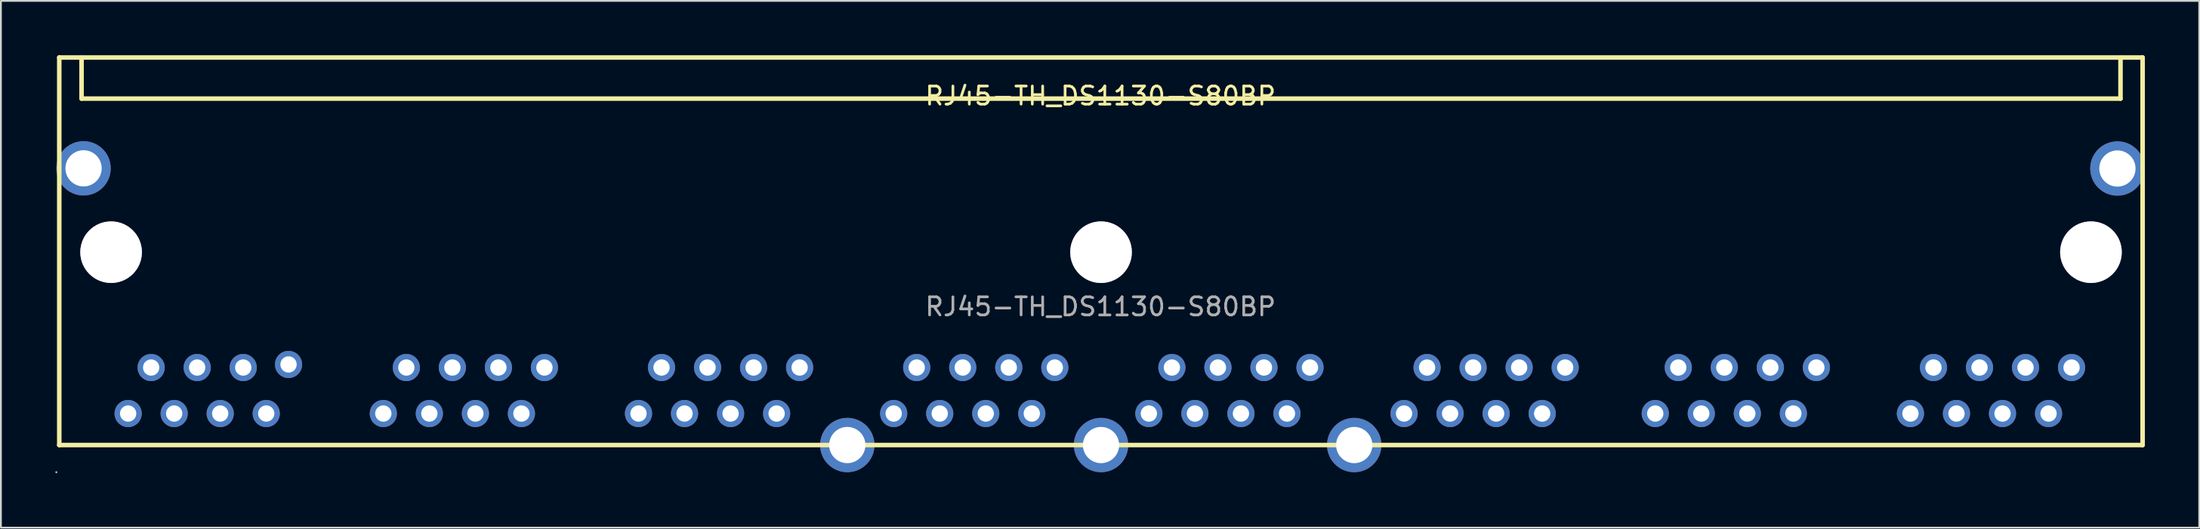
<source format=kicad_pcb>
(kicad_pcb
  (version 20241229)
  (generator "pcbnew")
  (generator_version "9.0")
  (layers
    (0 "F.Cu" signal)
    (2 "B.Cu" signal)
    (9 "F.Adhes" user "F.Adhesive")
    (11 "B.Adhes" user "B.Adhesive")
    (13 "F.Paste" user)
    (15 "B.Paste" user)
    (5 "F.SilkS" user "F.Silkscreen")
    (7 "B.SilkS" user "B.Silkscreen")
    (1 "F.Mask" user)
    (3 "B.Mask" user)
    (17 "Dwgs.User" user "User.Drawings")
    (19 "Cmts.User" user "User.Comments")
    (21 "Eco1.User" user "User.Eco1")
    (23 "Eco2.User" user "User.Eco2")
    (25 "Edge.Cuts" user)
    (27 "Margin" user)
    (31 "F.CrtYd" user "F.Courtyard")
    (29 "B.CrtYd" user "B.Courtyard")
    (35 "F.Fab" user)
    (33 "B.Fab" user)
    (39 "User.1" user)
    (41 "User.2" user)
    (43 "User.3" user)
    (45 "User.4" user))
  (footprint "RJ45-TH_DS1130-S80BP"
    (layer "F.Cu")
    (at 57.67 13.885)
    (property "Reference" "RJ45-TH_DS1130-S80BP" (at 0 -11.64 0) (layer "F.SilkS") (effects (font (size 1 1) (thickness 0.15))))
    (attr through_hole)
    (fp_line (start -57.45 -13.76) (end -57.45 7.64) (stroke (width 0.25) (type solid)) (layer "F.SilkS"))
    (fp_line (start -57.45 -13.76) (end 57.5 -13.76) (stroke (width 0.25) (type solid)) (layer "F.SilkS"))
    (fp_line (start -56.22 -13.74) (end -56.22 -11.49) (stroke (width 0.25) (type solid)) (layer "F.SilkS"))
    (fp_line (start -56.22 -11.49) (end 56.28 -11.49) (stroke (width 0.25) (type solid)) (layer "F.SilkS"))
    (fp_line (start 56.28 -13.74) (end 56.28 -11.49) (stroke (width 0.25) (type solid)) (layer "F.SilkS"))
    (fp_line (start 57.5 7.64) (end -57.45 7.64) (stroke (width 0.25) (type solid)) (layer "F.SilkS"))
    (fp_line (start 57.5 7.64) (end 57.5 -13.76) (stroke (width 0.25) (type solid)) (layer "F.SilkS"))
    (fp_circle (center -57.61 9.14) (end -57.58 9.14) (stroke (width 0.06) (type solid)) (fill no) (layer "F.Fab"))
    (fp_circle (center -56.11 -7.64) (end -55.66 -7.64) (stroke (width 0.9) (type solid)) (fill no) (layer "F.Fab"))
    (fp_circle (center -54.59 -3.01) (end -53.79 -3.01) (stroke (width 1.6) (type solid)) (fill no) (layer "F.Fab"))
    (fp_circle (center -53.65 5.9) (end -53.47 5.9) (stroke (width 0.35) (type solid)) (fill no) (layer "F.Fab"))
    (fp_circle (center -52.38 3.36) (end -52.2 3.36) (stroke (width 0.35) (type solid)) (fill no) (layer "F.Fab"))
    (fp_circle (center -51.11 5.9) (end -50.93 5.9) (stroke (width 0.35) (type solid)) (fill no) (layer "F.Fab"))
    (fp_circle (center -49.84 3.36) (end -49.66 3.36) (stroke (width 0.35) (type solid)) (fill no) (layer "F.Fab"))
    (fp_circle (center -48.57 5.9) (end -48.39 5.9) (stroke (width 0.35) (type solid)) (fill no) (layer "F.Fab"))
    (fp_circle (center -47.3 3.36) (end -47.12 3.36) (stroke (width 0.35) (type solid)) (fill no) (layer "F.Fab"))
    (fp_circle (center -46.03 5.9) (end -45.85 5.9) (stroke (width 0.35) (type solid)) (fill no) (layer "F.Fab"))
    (fp_circle (center -44.8 3.19) (end -44.62 3.19) (stroke (width 0.35) (type solid)) (fill no) (layer "F.Fab"))
    (fp_circle (center -39.57 5.9) (end -39.39 5.9) (stroke (width 0.35) (type solid)) (fill no) (layer "F.Fab"))
    (fp_circle (center -38.3 3.36) (end -38.12 3.36) (stroke (width 0.35) (type solid)) (fill no) (layer "F.Fab"))
    (fp_circle (center -37.03 5.9) (end -36.85 5.9) (stroke (width 0.35) (type solid)) (fill no) (layer "F.Fab"))
    (fp_circle (center -35.76 3.36) (end -35.58 3.36) (stroke (width 0.35) (type solid)) (fill no) (layer "F.Fab"))
    (fp_circle (center -34.49 5.9) (end -34.31 5.9) (stroke (width 0.35) (type solid)) (fill no) (layer "F.Fab"))
    (fp_circle (center -33.22 3.36) (end -33.04 3.36) (stroke (width 0.35) (type solid)) (fill no) (layer "F.Fab"))
    (fp_circle (center -31.95 5.9) (end -31.77 5.9) (stroke (width 0.35) (type solid)) (fill no) (layer "F.Fab"))
    (fp_circle (center -30.68 3.36) (end -30.5 3.36) (stroke (width 0.35) (type solid)) (fill no) (layer "F.Fab"))
    (fp_circle (center -25.49 5.9) (end -25.31 5.9) (stroke (width 0.35) (type solid)) (fill no) (layer "F.Fab"))
    (fp_circle (center -24.22 3.36) (end -24.04 3.36) (stroke (width 0.35) (type solid)) (fill no) (layer "F.Fab"))
    (fp_circle (center -22.95 5.9) (end -22.77 5.9) (stroke (width 0.35) (type solid)) (fill no) (layer "F.Fab"))
    (fp_circle (center -21.68 3.36) (end -21.5 3.36) (stroke (width 0.35) (type solid)) (fill no) (layer "F.Fab"))
    (fp_circle (center -20.41 5.9) (end -20.23 5.9) (stroke (width 0.35) (type solid)) (fill no) (layer "F.Fab"))
    (fp_circle (center -19.14 3.36) (end -18.96 3.36) (stroke (width 0.35) (type solid)) (fill no) (layer "F.Fab"))
    (fp_circle (center -17.87 5.9) (end -17.69 5.9) (stroke (width 0.35) (type solid)) (fill no) (layer "F.Fab"))
    (fp_circle (center -16.6 3.36) (end -16.42 3.36) (stroke (width 0.35) (type solid)) (fill no) (layer "F.Fab"))
    (fp_circle (center -13.97 7.64) (end -13.52 7.64) (stroke (width 0.9) (type solid)) (fill no) (layer "F.Fab"))
    (fp_circle (center -11.41 5.9) (end -11.23 5.9) (stroke (width 0.35) (type solid)) (fill no) (layer "F.Fab"))
    (fp_circle (center -10.14 3.36) (end -9.96 3.36) (stroke (width 0.35) (type solid)) (fill no) (layer "F.Fab"))
    (fp_circle (center -8.87 5.9) (end -8.69 5.9) (stroke (width 0.35) (type solid)) (fill no) (layer "F.Fab"))
    (fp_circle (center -7.6 3.36) (end -7.42 3.36) (stroke (width 0.35) (type solid)) (fill no) (layer "F.Fab"))
    (fp_circle (center -6.33 5.9) (end -6.15 5.9) (stroke (width 0.35) (type solid)) (fill no) (layer "F.Fab"))
    (fp_circle (center -5.06 3.36) (end -4.88 3.36) (stroke (width 0.35) (type solid)) (fill no) (layer "F.Fab"))
    (fp_circle (center -3.79 5.9) (end -3.61 5.9) (stroke (width 0.35) (type solid)) (fill no) (layer "F.Fab"))
    (fp_circle (center -2.52 3.36) (end -2.34 3.36) (stroke (width 0.35) (type solid)) (fill no) (layer "F.Fab"))
    (fp_circle (center 0.03 -3.01) (end 0.83 -3.01) (stroke (width 1.6) (type solid)) (fill no) (layer "F.Fab"))
    (fp_circle (center 0.03 7.64) (end 0.48 7.64) (stroke (width 0.9) (type solid)) (fill no) (layer "F.Fab"))
    (fp_circle (center 2.67 5.9) (end 2.85 5.9) (stroke (width 0.35) (type solid)) (fill no) (layer "F.Fab"))
    (fp_circle (center 3.94 3.36) (end 4.12 3.36) (stroke (width 0.35) (type solid)) (fill no) (layer "F.Fab"))
    (fp_circle (center 5.21 5.9) (end 5.39 5.9) (stroke (width 0.35) (type solid)) (fill no) (layer "F.Fab"))
    (fp_circle (center 6.48 3.36) (end 6.66 3.36) (stroke (width 0.35) (type solid)) (fill no) (layer "F.Fab"))
    (fp_circle (center 7.75 5.9) (end 7.93 5.9) (stroke (width 0.35) (type solid)) (fill no) (layer "F.Fab"))
    (fp_circle (center 9.02 3.36) (end 9.2 3.36) (stroke (width 0.35) (type solid)) (fill no) (layer "F.Fab"))
    (fp_circle (center 10.29 5.9) (end 10.47 5.9) (stroke (width 0.35) (type solid)) (fill no) (layer "F.Fab"))
    (fp_circle (center 11.56 3.36) (end 11.74 3.36) (stroke (width 0.35) (type solid)) (fill no) (layer "F.Fab"))
    (fp_circle (center 14 7.64) (end 14.45 7.64) (stroke (width 0.9) (type solid)) (fill no) (layer "F.Fab"))
    (fp_circle (center 16.75 5.9) (end 16.93 5.9) (stroke (width 0.35) (type solid)) (fill no) (layer "F.Fab"))
    (fp_circle (center 18.02 3.36) (end 18.2 3.36) (stroke (width 0.35) (type solid)) (fill no) (layer "F.Fab"))
    (fp_circle (center 19.29 5.9) (end 19.47 5.9) (stroke (width 0.35) (type solid)) (fill no) (layer "F.Fab"))
    (fp_circle (center 20.56 3.36) (end 20.74 3.36) (stroke (width 0.35) (type solid)) (fill no) (layer "F.Fab"))
    (fp_circle (center 21.83 5.9) (end 22.01 5.9) (stroke (width 0.35) (type solid)) (fill no) (layer "F.Fab"))
    (fp_circle (center 23.1 3.36) (end 23.28 3.36) (stroke (width 0.35) (type solid)) (fill no) (layer "F.Fab"))
    (fp_circle (center 24.37 5.9) (end 24.55 5.9) (stroke (width 0.35) (type solid)) (fill no) (layer "F.Fab"))
    (fp_circle (center 25.64 3.36) (end 25.82 3.36) (stroke (width 0.35) (type solid)) (fill no) (layer "F.Fab"))
    (fp_circle (center 30.61 5.9) (end 30.79 5.9) (stroke (width 0.35) (type solid)) (fill no) (layer "F.Fab"))
    (fp_circle (center 31.88 3.36) (end 32.06 3.36) (stroke (width 0.35) (type solid)) (fill no) (layer "F.Fab"))
    (fp_circle (center 33.15 5.9) (end 33.33 5.9) (stroke (width 0.35) (type solid)) (fill no) (layer "F.Fab"))
    (fp_circle (center 34.42 3.36) (end 34.6 3.36) (stroke (width 0.35) (type solid)) (fill no) (layer "F.Fab"))
    (fp_circle (center 35.69 5.9) (end 35.87 5.9) (stroke (width 0.35) (type solid)) (fill no) (layer "F.Fab"))
    (fp_circle (center 36.96 3.36) (end 37.14 3.36) (stroke (width 0.35) (type solid)) (fill no) (layer "F.Fab"))
    (fp_circle (center 38.23 5.9) (end 38.41 5.9) (stroke (width 0.35) (type solid)) (fill no) (layer "F.Fab"))
    (fp_circle (center 39.5 3.36) (end 39.68 3.36) (stroke (width 0.35) (type solid)) (fill no) (layer "F.Fab"))
    (fp_circle (center 44.69 5.9) (end 44.87 5.9) (stroke (width 0.35) (type solid)) (fill no) (layer "F.Fab"))
    (fp_circle (center 45.96 3.36) (end 46.14 3.36) (stroke (width 0.35) (type solid)) (fill no) (layer "F.Fab"))
    (fp_circle (center 47.23 5.9) (end 47.41 5.9) (stroke (width 0.35) (type solid)) (fill no) (layer "F.Fab"))
    (fp_circle (center 48.5 3.36) (end 48.68 3.36) (stroke (width 0.35) (type solid)) (fill no) (layer "F.Fab"))
    (fp_circle (center 49.77 5.9) (end 49.95 5.9) (stroke (width 0.35) (type solid)) (fill no) (layer "F.Fab"))
    (fp_circle (center 51.04 3.36) (end 51.22 3.36) (stroke (width 0.35) (type solid)) (fill no) (layer "F.Fab"))
    (fp_circle (center 52.31 5.9) (end 52.49 5.9) (stroke (width 0.35) (type solid)) (fill no) (layer "F.Fab"))
    (fp_circle (center 53.58 3.36) (end 53.76 3.36) (stroke (width 0.35) (type solid)) (fill no) (layer "F.Fab"))
    (fp_circle (center 54.65 -3.01) (end 55.45 -3.01) (stroke (width 1.6) (type solid)) (fill no) (layer "F.Fab"))
    (fp_circle (center 56.11 -7.63) (end 56.56 -7.63) (stroke (width 0.9) (type solid)) (fill no) (layer "F.Fab"))
    (fp_text user "${REFERENCE}" (at 0 0 0) (layer "F.Fab") (effects (font (size 1 1) (thickness 0.15))))
    (pad "" thru_hole circle (at -54.59 -3.01) (size 3.4 3.4) (drill 3.4) (layers "*.Cu" "*.Mask"))
    (pad "" thru_hole circle (at 0.03 -3.01) (size 3.4 3.4) (drill 3.4) (layers "*.Cu" "*.Mask"))
    (pad "" thru_hole circle (at 54.65 -3.01) (size 3.4 3.4) (drill 3.4) (layers "*.Cu" "*.Mask"))
    (pad "0" thru_hole circle (at -56.11 -7.64) (size 3 3) (drill 2) (layers "*.Cu" "*.Paste" "*.Mask"))
    (pad "0" thru_hole circle (at -13.97 7.64) (size 3 3) (drill 2) (layers "*.Cu" "*.Paste" "*.Mask"))
    (pad "0" thru_hole circle (at 0.03 7.64) (size 3 3) (drill 2) (layers "*.Cu" "*.Paste" "*.Mask"))
    (pad "0" thru_hole circle (at 14 7.64) (size 3 3) (drill 2) (layers "*.Cu" "*.Paste" "*.Mask"))
    (pad "0" thru_hole circle (at 56.11 -7.63) (size 3 3) (drill 2) (layers "*.Cu" "*.Paste" "*.Mask"))
    (pad "1" thru_hole circle (at -53.65 5.9) (size 1.5 1.5) (drill 0.9) (layers "*.Cu" "*.Paste" "*.Mask"))
    (pad "2" thru_hole circle (at -52.38 3.36) (size 1.5 1.5) (drill 0.9) (layers "*.Cu" "*.Paste" "*.Mask"))
    (pad "3" thru_hole circle (at -51.11 5.9) (size 1.5 1.5) (drill 0.9) (layers "*.Cu" "*.Paste" "*.Mask"))
    (pad "4" thru_hole circle (at -49.84 3.36) (size 1.5 1.5) (drill 0.9) (layers "*.Cu" "*.Paste" "*.Mask"))
    (pad "5" thru_hole circle (at -48.57 5.9) (size 1.5 1.5) (drill 0.9) (layers "*.Cu" "*.Paste" "*.Mask"))
    (pad "6" thru_hole circle (at -47.3 3.36) (size 1.5 1.5) (drill 0.9) (layers "*.Cu" "*.Paste" "*.Mask"))
    (pad "7" thru_hole circle (at -46.03 5.9) (size 1.5 1.5) (drill 0.9) (layers "*.Cu" "*.Paste" "*.Mask"))
    (pad "8" thru_hole circle (at -44.8 3.19) (size 1.5 1.5) (drill 0.9) (layers "*.Cu" "*.Paste" "*.Mask"))
    (pad "9" thru_hole circle (at -39.57 5.9) (size 1.5 1.5) (drill 0.9) (layers "*.Cu" "*.Paste" "*.Mask"))
    (pad "10" thru_hole circle (at -38.3 3.36) (size 1.5 1.5) (drill 0.9) (layers "*.Cu" "*.Paste" "*.Mask"))
    (pad "11" thru_hole circle (at -37.03 5.9) (size 1.5 1.5) (drill 0.9) (layers "*.Cu" "*.Paste" "*.Mask"))
    (pad "12" thru_hole circle (at -35.76 3.36) (size 1.5 1.5) (drill 0.9) (layers "*.Cu" "*.Paste" "*.Mask"))
    (pad "13" thru_hole circle (at -34.49 5.9) (size 1.5 1.5) (drill 0.9) (layers "*.Cu" "*.Paste" "*.Mask"))
    (pad "14" thru_hole circle (at -33.22 3.36) (size 1.5 1.5) (drill 0.9) (layers "*.Cu" "*.Paste" "*.Mask"))
    (pad "15" thru_hole circle (at -31.95 5.9) (size 1.5 1.5) (drill 0.9) (layers "*.Cu" "*.Paste" "*.Mask"))
    (pad "16" thru_hole circle (at -30.68 3.36) (size 1.5 1.5) (drill 0.9) (layers "*.Cu" "*.Paste" "*.Mask"))
    (pad "17" thru_hole circle (at -25.49 5.9) (size 1.5 1.5) (drill 0.9) (layers "*.Cu" "*.Paste" "*.Mask"))
    (pad "18" thru_hole circle (at -24.22 3.36) (size 1.5 1.5) (drill 0.9) (layers "*.Cu" "*.Paste" "*.Mask"))
    (pad "19" thru_hole circle (at -22.95 5.9) (size 1.5 1.5) (drill 0.9) (layers "*.Cu" "*.Paste" "*.Mask"))
    (pad "20" thru_hole circle (at -21.68 3.36) (size 1.5 1.5) (drill 0.9) (layers "*.Cu" "*.Paste" "*.Mask"))
    (pad "21" thru_hole circle (at -20.41 5.9) (size 1.5 1.5) (drill 0.9) (layers "*.Cu" "*.Paste" "*.Mask"))
    (pad "22" thru_hole circle (at -19.14 3.36) (size 1.5 1.5) (drill 0.9) (layers "*.Cu" "*.Paste" "*.Mask"))
    (pad "23" thru_hole circle (at -17.87 5.9) (size 1.5 1.5) (drill 0.9) (layers "*.Cu" "*.Paste" "*.Mask"))
    (pad "24" thru_hole circle (at -16.6 3.36) (size 1.5 1.5) (drill 0.9) (layers "*.Cu" "*.Paste" "*.Mask"))
    (pad "25" thru_hole circle (at -11.41 5.9) (size 1.5 1.5) (drill 0.9) (layers "*.Cu" "*.Paste" "*.Mask"))
    (pad "26" thru_hole circle (at -10.14 3.36) (size 1.5 1.5) (drill 0.9) (layers "*.Cu" "*.Paste" "*.Mask"))
    (pad "27" thru_hole circle (at -8.87 5.9) (size 1.5 1.5) (drill 0.9) (layers "*.Cu" "*.Paste" "*.Mask"))
    (pad "28" thru_hole circle (at -7.6 3.36) (size 1.5 1.5) (drill 0.9) (layers "*.Cu" "*.Paste" "*.Mask"))
    (pad "29" thru_hole circle (at -6.33 5.9) (size 1.5 1.5) (drill 0.9) (layers "*.Cu" "*.Paste" "*.Mask"))
    (pad "30" thru_hole circle (at -5.06 3.36) (size 1.5 1.5) (drill 0.9) (layers "*.Cu" "*.Paste" "*.Mask"))
    (pad "31" thru_hole circle (at -3.79 5.9) (size 1.5 1.5) (drill 0.9) (layers "*.Cu" "*.Paste" "*.Mask"))
    (pad "32" thru_hole circle (at -2.52 3.36) (size 1.5 1.5) (drill 0.9) (layers "*.Cu" "*.Paste" "*.Mask"))
    (pad "33" thru_hole circle (at 2.67 5.9) (size 1.5 1.5) (drill 0.9) (layers "*.Cu" "*.Paste" "*.Mask"))
    (pad "34" thru_hole circle (at 3.94 3.36) (size 1.5 1.5) (drill 0.9) (layers "*.Cu" "*.Paste" "*.Mask"))
    (pad "35" thru_hole circle (at 5.21 5.9) (size 1.5 1.5) (drill 0.9) (layers "*.Cu" "*.Paste" "*.Mask"))
    (pad "36" thru_hole circle (at 6.48 3.36) (size 1.5 1.5) (drill 0.9) (layers "*.Cu" "*.Paste" "*.Mask"))
    (pad "37" thru_hole circle (at 7.75 5.9) (size 1.5 1.5) (drill 0.9) (layers "*.Cu" "*.Paste" "*.Mask"))
    (pad "38" thru_hole circle (at 9.02 3.36) (size 1.5 1.5) (drill 0.9) (layers "*.Cu" "*.Paste" "*.Mask"))
    (pad "39" thru_hole circle (at 10.29 5.9) (size 1.5 1.5) (drill 0.9) (layers "*.Cu" "*.Paste" "*.Mask"))
    (pad "40" thru_hole circle (at 11.56 3.36) (size 1.5 1.5) (drill 0.9) (layers "*.Cu" "*.Paste" "*.Mask"))
    (pad "41" thru_hole circle (at 16.75 5.9) (size 1.5 1.5) (drill 0.9) (layers "*.Cu" "*.Paste" "*.Mask"))
    (pad "42" thru_hole circle (at 18.02 3.36) (size 1.5 1.5) (drill 0.9) (layers "*.Cu" "*.Paste" "*.Mask"))
    (pad "43" thru_hole circle (at 19.29 5.9) (size 1.5 1.5) (drill 0.9) (layers "*.Cu" "*.Paste" "*.Mask"))
    (pad "44" thru_hole circle (at 20.56 3.36) (size 1.5 1.5) (drill 0.9) (layers "*.Cu" "*.Paste" "*.Mask"))
    (pad "45" thru_hole circle (at 21.83 5.9) (size 1.5 1.5) (drill 0.9) (layers "*.Cu" "*.Paste" "*.Mask"))
    (pad "46" thru_hole circle (at 23.1 3.36) (size 1.5 1.5) (drill 0.9) (layers "*.Cu" "*.Paste" "*.Mask"))
    (pad "47" thru_hole circle (at 24.37 5.9) (size 1.5 1.5) (drill 0.9) (layers "*.Cu" "*.Paste" "*.Mask"))
    (pad "48" thru_hole circle (at 25.64 3.36) (size 1.5 1.5) (drill 0.9) (layers "*.Cu" "*.Paste" "*.Mask"))
    (pad "49" thru_hole circle (at 30.61 5.9) (size 1.5 1.5) (drill 0.9) (layers "*.Cu" "*.Paste" "*.Mask"))
    (pad "50" thru_hole circle (at 31.88 3.36) (size 1.5 1.5) (drill 0.9) (layers "*.Cu" "*.Paste" "*.Mask"))
    (pad "51" thru_hole circle (at 33.15 5.9) (size 1.5 1.5) (drill 0.9) (layers "*.Cu" "*.Paste" "*.Mask"))
    (pad "52" thru_hole circle (at 34.42 3.36) (size 1.5 1.5) (drill 0.9) (layers "*.Cu" "*.Paste" "*.Mask"))
    (pad "53" thru_hole circle (at 35.69 5.9) (size 1.5 1.5) (drill 0.9) (layers "*.Cu" "*.Paste" "*.Mask"))
    (pad "54" thru_hole circle (at 36.96 3.36) (size 1.5 1.5) (drill 0.9) (layers "*.Cu" "*.Paste" "*.Mask"))
    (pad "55" thru_hole circle (at 38.23 5.9) (size 1.5 1.5) (drill 0.9) (layers "*.Cu" "*.Paste" "*.Mask"))
    (pad "56" thru_hole circle (at 39.5 3.36) (size 1.5 1.5) (drill 0.9) (layers "*.Cu" "*.Paste" "*.Mask"))
    (pad "57" thru_hole circle (at 44.69 5.9) (size 1.5 1.5) (drill 0.9) (layers "*.Cu" "*.Paste" "*.Mask"))
    (pad "58" thru_hole circle (at 45.96 3.36) (size 1.5 1.5) (drill 0.9) (layers "*.Cu" "*.Paste" "*.Mask"))
    (pad "59" thru_hole circle (at 47.23 5.9) (size 1.5 1.5) (drill 0.9) (layers "*.Cu" "*.Paste" "*.Mask"))
    (pad "60" thru_hole circle (at 48.5 3.36) (size 1.5 1.5) (drill 0.9) (layers "*.Cu" "*.Paste" "*.Mask"))
    (pad "61" thru_hole circle (at 49.77 5.9) (size 1.5 1.5) (drill 0.9) (layers "*.Cu" "*.Paste" "*.Mask"))
    (pad "62" thru_hole circle (at 51.04 3.36) (size 1.5 1.5) (drill 0.9) (layers "*.Cu" "*.Paste" "*.Mask"))
    (pad "63" thru_hole circle (at 52.31 5.9) (size 1.5 1.5) (drill 0.9) (layers "*.Cu" "*.Paste" "*.Mask"))
    (pad "64" thru_hole circle (at 53.58 3.36) (size 1.5 1.5) (drill 0.9) (layers "*.Cu" "*.Paste" "*.Mask")))
  (gr_rect
    (start -3 -3)
    (end 118.295 26.085)
    (stroke (width 0.1) (type default))
    (fill no)
    (layer "Edge.Cuts")))
</source>
